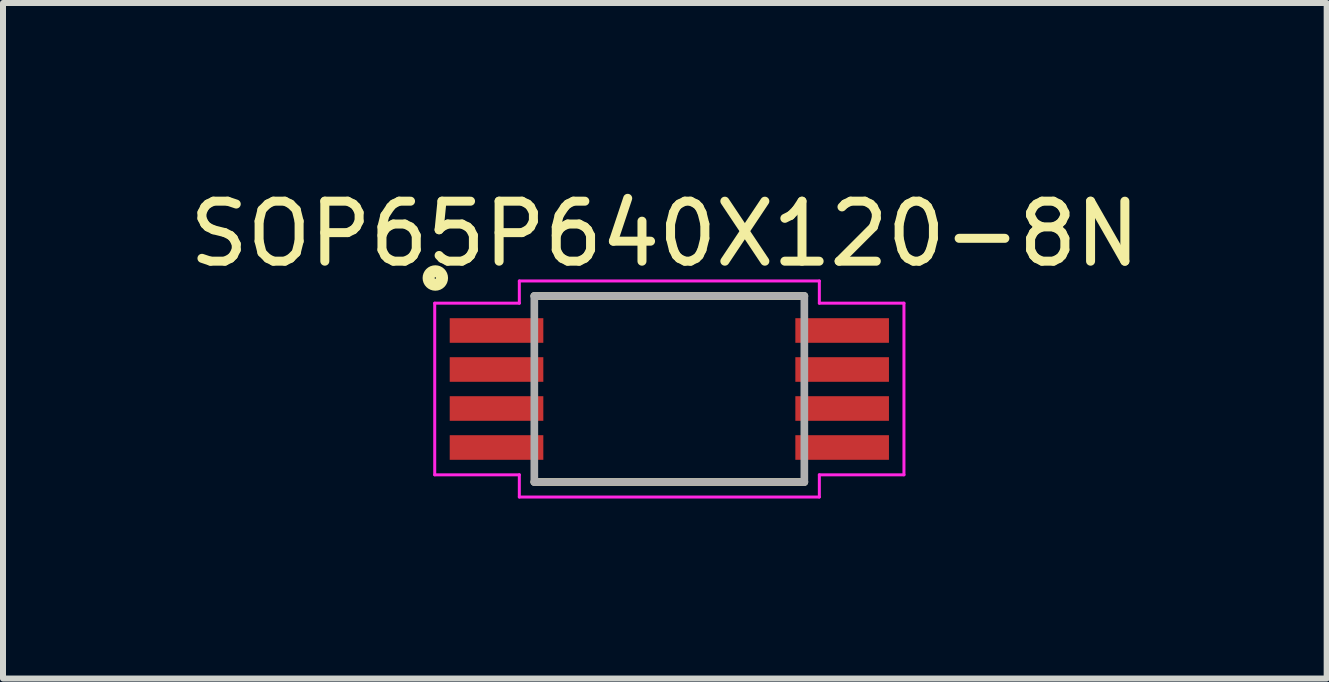
<source format=kicad_pcb>
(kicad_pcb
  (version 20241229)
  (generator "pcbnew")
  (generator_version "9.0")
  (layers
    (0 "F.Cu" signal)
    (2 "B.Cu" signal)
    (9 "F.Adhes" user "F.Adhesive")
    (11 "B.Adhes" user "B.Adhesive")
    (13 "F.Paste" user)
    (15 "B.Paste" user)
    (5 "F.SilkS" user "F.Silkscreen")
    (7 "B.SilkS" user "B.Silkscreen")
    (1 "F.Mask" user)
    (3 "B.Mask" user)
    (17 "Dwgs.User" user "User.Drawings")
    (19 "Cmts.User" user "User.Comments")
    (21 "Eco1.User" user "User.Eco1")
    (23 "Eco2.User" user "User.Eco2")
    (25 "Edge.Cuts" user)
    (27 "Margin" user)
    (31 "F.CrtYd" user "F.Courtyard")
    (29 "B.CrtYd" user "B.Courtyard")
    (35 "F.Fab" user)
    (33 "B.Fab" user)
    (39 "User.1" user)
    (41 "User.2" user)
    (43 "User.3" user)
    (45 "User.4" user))
  (footprint "SOP65P640X120-8N"
    (layer "F.Cu")
    (at 8.105 3.433)
    (property "Reference" "SOP65P640X120-8N" (at -0.075 -2.585 0) (layer "F.SilkS") (effects (font (size 1 1) (thickness 0.15))))
    (attr through_hole)
    (fp_line (start -2.25 1.55) (end 2.25 1.55) (stroke (width 0.127) (type solid)) (layer "F.SilkS"))
    (fp_line (start 2.25 -1.55) (end -2.25 -1.55) (stroke (width 0.127) (type solid)) (layer "F.SilkS"))
    (fp_circle (center -3.9 -1.85) (end -3.788 -1.85) (stroke (width 0.2) (type solid)) (fill no) (layer "F.SilkS"))
    (fp_line (start -3.91 -1.43) (end -2.5 -1.43) (stroke (width 0.05) (type solid)) (layer "F.CrtYd"))
    (fp_line (start -3.91 1.43) (end -3.91 -1.43) (stroke (width 0.05) (type solid)) (layer "F.CrtYd"))
    (fp_line (start -2.5 -1.8) (end 2.5 -1.8) (stroke (width 0.05) (type solid)) (layer "F.CrtYd"))
    (fp_line (start -2.5 -1.43) (end -2.5 -1.8) (stroke (width 0.05) (type solid)) (layer "F.CrtYd"))
    (fp_line (start -2.5 1.43) (end -3.91 1.43) (stroke (width 0.05) (type solid)) (layer "F.CrtYd"))
    (fp_line (start -2.5 1.8) (end -2.5 1.43) (stroke (width 0.05) (type solid)) (layer "F.CrtYd"))
    (fp_line (start 2.5 -1.8) (end 2.5 -1.43) (stroke (width 0.05) (type solid)) (layer "F.CrtYd"))
    (fp_line (start 2.5 -1.43) (end 3.91 -1.43) (stroke (width 0.05) (type solid)) (layer "F.CrtYd"))
    (fp_line (start 2.5 1.43) (end 2.5 1.8) (stroke (width 0.05) (type solid)) (layer "F.CrtYd"))
    (fp_line (start 2.5 1.8) (end -2.5 1.8) (stroke (width 0.05) (type solid)) (layer "F.CrtYd"))
    (fp_line (start 3.91 -1.43) (end 3.91 1.43) (stroke (width 0.05) (type solid)) (layer "F.CrtYd"))
    (fp_line (start 3.91 1.43) (end 2.5 1.43) (stroke (width 0.05) (type solid)) (layer "F.CrtYd"))
    (fp_line (start -2.25 -1.55) (end -2.25 1.55) (stroke (width 0.127) (type solid)) (layer "F.Fab"))
    (fp_line (start -2.25 1.55) (end 2.25 1.55) (stroke (width 0.127) (type solid)) (layer "F.Fab"))
    (fp_line (start 2.25 -1.55) (end -2.25 -1.55) (stroke (width 0.127) (type solid)) (layer "F.Fab"))
    (fp_line (start 2.25 1.55) (end 2.25 -1.55) (stroke (width 0.127) (type solid)) (layer "F.Fab"))
    (pad "1" smd rect (at -2.88 -0.975) (size 1.56 0.41) (layers "F.Cu" "F.Mask" "F.Paste"))
    (pad "2" smd rect (at -2.88 -0.325) (size 1.56 0.41) (layers "F.Cu" "F.Mask" "F.Paste"))
    (pad "3" smd rect (at -2.88 0.325) (size 1.56 0.41) (layers "F.Cu" "F.Mask" "F.Paste"))
    (pad "4" smd rect (at -2.88 0.975) (size 1.56 0.41) (layers "F.Cu" "F.Mask" "F.Paste"))
    (pad "5" smd rect (at 2.88 0.975) (size 1.56 0.41) (layers "F.Cu" "F.Mask" "F.Paste"))
    (pad "6" smd rect (at 2.88 0.325) (size 1.56 0.41) (layers "F.Cu" "F.Mask" "F.Paste"))
    (pad "7" smd rect (at 2.88 -0.325) (size 1.56 0.41) (layers "F.Cu" "F.Mask" "F.Paste"))
    (pad "8" smd rect (at 2.88 -0.975) (size 1.56 0.41) (layers "F.Cu" "F.Mask" "F.Paste")))
  (gr_rect
    (start -3 -3)
    (end 19.06 8.258)
    (stroke (width 0.1) (type default))
    (fill no)
    (layer "Edge.Cuts")))
</source>
